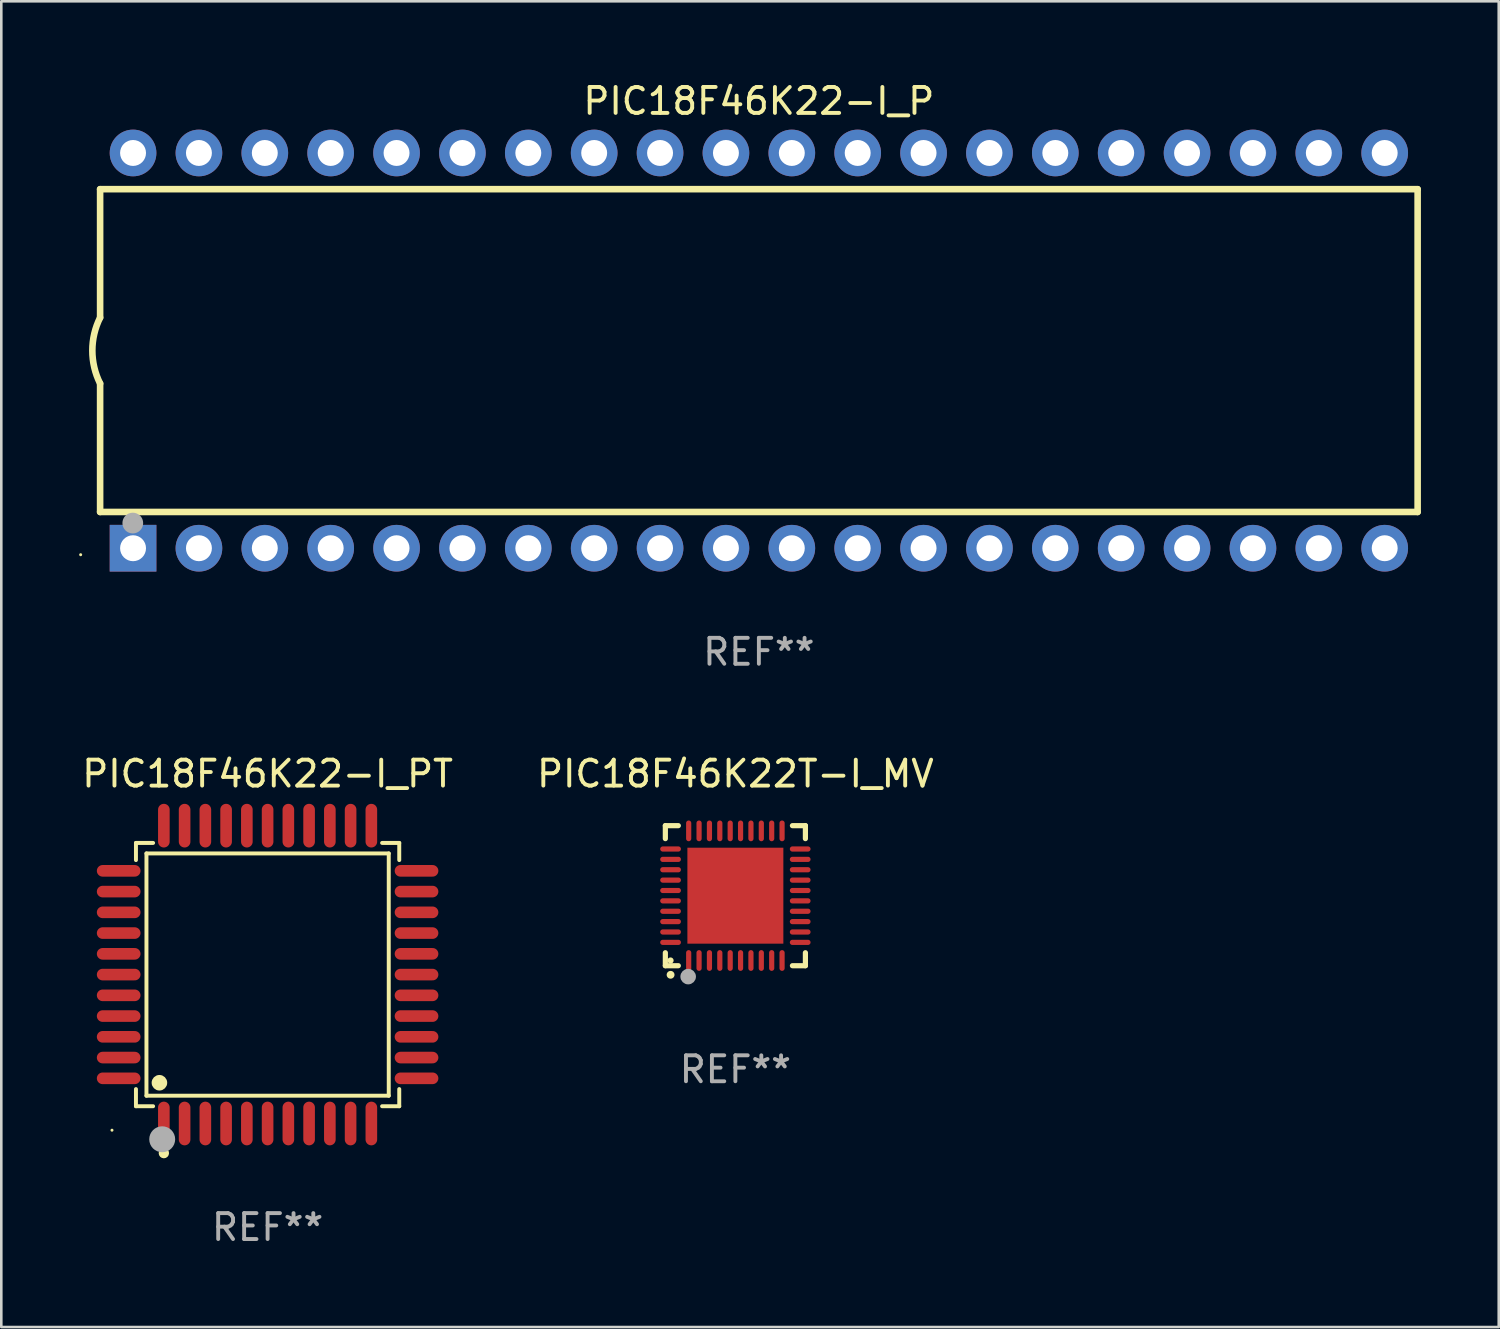
<source format=kicad_pcb>
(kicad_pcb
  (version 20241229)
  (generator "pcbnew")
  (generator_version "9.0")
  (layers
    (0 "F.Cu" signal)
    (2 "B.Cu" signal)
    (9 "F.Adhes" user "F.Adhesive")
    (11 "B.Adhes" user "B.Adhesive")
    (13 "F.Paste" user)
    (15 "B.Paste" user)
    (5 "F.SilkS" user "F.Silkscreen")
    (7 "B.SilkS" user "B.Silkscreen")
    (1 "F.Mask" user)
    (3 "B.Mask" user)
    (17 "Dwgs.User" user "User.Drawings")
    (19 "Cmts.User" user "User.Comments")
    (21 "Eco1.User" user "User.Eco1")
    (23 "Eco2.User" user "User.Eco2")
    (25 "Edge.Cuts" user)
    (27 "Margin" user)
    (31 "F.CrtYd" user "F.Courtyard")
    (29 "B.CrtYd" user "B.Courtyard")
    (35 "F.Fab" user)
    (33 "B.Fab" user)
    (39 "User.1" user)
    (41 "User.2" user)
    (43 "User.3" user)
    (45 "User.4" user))
  (footprint "PIC18F46K22T-I_MV"
    (layer "F.Cu")
    (at 25.304 31.485)
    (property "Reference" "PIC18F46K22T-I_MV" (at 0 -4.7 0) (layer "F.SilkS") (effects (font (size 1 1) (thickness 0.15))))
    (attr through_hole)
    (fp_line (start -2.7 -2.7) (end -2.7 -2.2) (stroke (width 0.2) (type solid)) (layer "F.SilkS"))
    (fp_line (start -2.7 2.7) (end -2.7 2.2) (stroke (width 0.2) (type solid)) (layer "F.SilkS"))
    (fp_line (start -2.2 -2.7) (end -2.7 -2.7) (stroke (width 0.2) (type solid)) (layer "F.SilkS"))
    (fp_line (start -2.2 2.7) (end -2.7 2.7) (stroke (width 0.2) (type solid)) (layer "F.SilkS"))
    (fp_line (start 2.7 -2.7) (end 2.2 -2.7) (stroke (width 0.2) (type solid)) (layer "F.SilkS"))
    (fp_line (start 2.7 -2.2) (end 2.7 -2.7) (stroke (width 0.2) (type solid)) (layer "F.SilkS"))
    (fp_line (start 2.7 2.2) (end 2.7 2.7) (stroke (width 0.2) (type solid)) (layer "F.SilkS"))
    (fp_line (start 2.7 2.7) (end 2.2 2.7) (stroke (width 0.2) (type solid)) (layer "F.SilkS"))
    (fp_arc (start -2.499365 3.050546) (mid -2.498095 3.050541) (end -2.496825 3.050546) (stroke (width 0.3) (type solid)) (layer "F.SilkS"))
    (fp_circle (center -2.5 2.5) (end -2.44 2.5) (stroke (width 0.12) (type solid)) (fill no) (layer "F.SilkS"))
    (fp_circle (center -1.82 3.12) (end -1.67 3.12) (stroke (width 0.3) (type solid)) (fill no) (layer "F.Fab"))
    (fp_text user "REF**" (at 0 6.7 0) (layer "F.Fab") (effects (font (size 1 1) (thickness 0.15))))
    (pad "1" smd oval (at -1.8 2.499) (size 0.2 0.8) (layers "F.Cu" "F.Mask" "F.Paste"))
    (pad "2" smd oval (at -1.4 2.499) (size 0.2 0.8) (layers "F.Cu" "F.Mask" "F.Paste"))
    (pad "3" smd oval (at -1 2.499) (size 0.2 0.8) (layers "F.Cu" "F.Mask" "F.Paste"))
    (pad "4" smd oval (at -0.6 2.499) (size 0.2 0.8) (layers "F.Cu" "F.Mask" "F.Paste"))
    (pad "5" smd oval (at -0.2 2.499) (size 0.2 0.8) (layers "F.Cu" "F.Mask" "F.Paste"))
    (pad "6" smd oval (at 0.2 2.499) (size 0.2 0.8) (layers "F.Cu" "F.Mask" "F.Paste"))
    (pad "7" smd oval (at 0.6 2.499) (size 0.2 0.8) (layers "F.Cu" "F.Mask" "F.Paste"))
    (pad "8" smd oval (at 1 2.499) (size 0.2 0.8) (layers "F.Cu" "F.Mask" "F.Paste"))
    (pad "9" smd oval (at 1.4 2.499) (size 0.2 0.8) (layers "F.Cu" "F.Mask" "F.Paste"))
    (pad "10" smd oval (at 1.8 2.499) (size 0.2 0.8) (layers "F.Cu" "F.Mask" "F.Paste"))
    (pad "11" smd oval (at 2.499 1.8) (size 0.8 0.2) (layers "F.Cu" "F.Mask" "F.Paste"))
    (pad "12" smd oval (at 2.499 1.4) (size 0.8 0.2) (layers "F.Cu" "F.Mask" "F.Paste"))
    (pad "13" smd oval (at 2.499 1) (size 0.8 0.2) (layers "F.Cu" "F.Mask" "F.Paste"))
    (pad "14" smd oval (at 2.499 0.6) (size 0.8 0.2) (layers "F.Cu" "F.Mask" "F.Paste"))
    (pad "15" smd oval (at 2.499 0.2) (size 0.8 0.2) (layers "F.Cu" "F.Mask" "F.Paste"))
    (pad "16" smd oval (at 2.499 -0.2) (size 0.8 0.2) (layers "F.Cu" "F.Mask" "F.Paste"))
    (pad "17" smd oval (at 2.499 -0.6) (size 0.8 0.2) (layers "F.Cu" "F.Mask" "F.Paste"))
    (pad "18" smd oval (at 2.499 -1) (size 0.8 0.2) (layers "F.Cu" "F.Mask" "F.Paste"))
    (pad "19" smd oval (at 2.499 -1.4) (size 0.8 0.2) (layers "F.Cu" "F.Mask" "F.Paste"))
    (pad "20" smd oval (at 2.499 -1.8) (size 0.8 0.2) (layers "F.Cu" "F.Mask" "F.Paste"))
    (pad "21" smd oval (at 1.8 -2.499) (size 0.2 0.8) (layers "F.Cu" "F.Mask" "F.Paste"))
    (pad "22" smd oval (at 1.4 -2.499) (size 0.2 0.8) (layers "F.Cu" "F.Mask" "F.Paste"))
    (pad "23" smd oval (at 1 -2.499) (size 0.2 0.8) (layers "F.Cu" "F.Mask" "F.Paste"))
    (pad "24" smd oval (at 0.6 -2.499) (size 0.2 0.8) (layers "F.Cu" "F.Mask" "F.Paste"))
    (pad "25" smd oval (at 0.2 -2.499) (size 0.2 0.8) (layers "F.Cu" "F.Mask" "F.Paste"))
    (pad "26" smd oval (at -0.2 -2.499) (size 0.2 0.8) (layers "F.Cu" "F.Mask" "F.Paste"))
    (pad "27" smd oval (at -0.6 -2.499) (size 0.2 0.8) (layers "F.Cu" "F.Mask" "F.Paste"))
    (pad "28" smd oval (at -1 -2.499) (size 0.2 0.8) (layers "F.Cu" "F.Mask" "F.Paste"))
    (pad "29" smd oval (at -1.4 -2.499) (size 0.2 0.8) (layers "F.Cu" "F.Mask" "F.Paste"))
    (pad "30" smd oval (at -1.8 -2.499) (size 0.2 0.8) (layers "F.Cu" "F.Mask" "F.Paste"))
    (pad "31" smd oval (at -2.499 -1.8) (size 0.8 0.2) (layers "F.Cu" "F.Mask" "F.Paste"))
    (pad "32" smd oval (at -2.499 -1.4) (size 0.8 0.2) (layers "F.Cu" "F.Mask" "F.Paste"))
    (pad "33" smd oval (at -2.499 -1) (size 0.8 0.2) (layers "F.Cu" "F.Mask" "F.Paste"))
    (pad "34" smd oval (at -2.499 -0.6) (size 0.8 0.2) (layers "F.Cu" "F.Mask" "F.Paste"))
    (pad "35" smd oval (at -2.499 -0.2) (size 0.8 0.2) (layers "F.Cu" "F.Mask" "F.Paste"))
    (pad "36" smd oval (at -2.499 0.2) (size 0.8 0.2) (layers "F.Cu" "F.Mask" "F.Paste"))
    (pad "37" smd oval (at -2.499 0.6) (size 0.8 0.2) (layers "F.Cu" "F.Mask" "F.Paste"))
    (pad "38" smd oval (at -2.499 1) (size 0.8 0.2) (layers "F.Cu" "F.Mask" "F.Paste"))
    (pad "39" smd oval (at -2.499 1.4) (size 0.8 0.2) (layers "F.Cu" "F.Mask" "F.Paste"))
    (pad "40" smd oval (at -2.499 1.8) (size 0.8 0.2) (layers "F.Cu" "F.Mask" "F.Paste"))
    (pad "41" smd rect (at 0 0) (size 3.7 3.7) (layers "F.Cu" "F.Mask" "F.Paste")))
  (footprint "PIC18F46K22-I_P"
    (layer "F.Cu")
    (at 26.21 10.468)
    (property "Reference" "PIC18F46K22-I_P" (at 0 -9.62 0) (layer "F.SilkS") (effects (font (size 1 1) (thickness 0.15))))
    (attr through_hole)
    (fp_line (start -25.4 -6.224) (end -25.4 -1.271) (stroke (width 0.254) (type solid)) (layer "F.SilkS"))
    (fp_line (start -25.4 -6.224) (end 25.4 -6.224) (stroke (width 0.254) (type solid)) (layer "F.SilkS"))
    (fp_line (start -25.4 1.269) (end -25.4 6.222) (stroke (width 0.254) (type solid)) (layer "F.SilkS"))
    (fp_line (start -25.4 6.222) (end 25.4 6.222) (stroke (width 0.254) (type solid)) (layer "F.SilkS"))
    (fp_line (start 25.4 6.222) (end 25.4 -6.224) (stroke (width 0.254) (type solid)) (layer "F.SilkS"))
    (fp_arc (start -25.4 1.269241) (mid -25.699807 -0.000762) (end -25.4 -1.270765) (stroke (width 0.254001) (type solid)) (layer "F.SilkS"))
    (fp_circle (center -26.15 7.87) (end -26.12 7.87) (stroke (width 0.06) (type solid)) (fill no) (layer "F.SilkS"))
    (fp_circle (center -24.14 6.65) (end -23.94 6.65) (stroke (width 0.4) (type solid)) (fill no) (layer "F.Fab"))
    (fp_text user "REF**" (at 0 11.62 0) (layer "F.Fab") (effects (font (size 1 1) (thickness 0.15))))
    (pad "1" thru_hole rect (at -24.13 7.62 90) (size 1.8 1.8) (drill 1) (layers "*.Cu" "*.Mask"))
    (pad "2" thru_hole circle (at -21.59 7.62) (size 1.8 1.8) (drill 1) (layers "*.Cu" "*.Mask"))
    (pad "3" thru_hole circle (at -19.05 7.62) (size 1.8 1.8) (drill 1) (layers "*.Cu" "*.Mask"))
    (pad "4" thru_hole circle (at -16.51 7.62) (size 1.8 1.8) (drill 1) (layers "*.Cu" "*.Mask"))
    (pad "5" thru_hole circle (at -13.97 7.62) (size 1.8 1.8) (drill 1) (layers "*.Cu" "*.Mask"))
    (pad "6" thru_hole circle (at -11.43 7.62) (size 1.8 1.8) (drill 1) (layers "*.Cu" "*.Mask"))
    (pad "7" thru_hole circle (at -8.89 7.62) (size 1.8 1.8) (drill 1) (layers "*.Cu" "*.Mask"))
    (pad "8" thru_hole circle (at -6.35 7.62) (size 1.8 1.8) (drill 1) (layers "*.Cu" "*.Mask"))
    (pad "9" thru_hole circle (at -3.81 7.62) (size 1.8 1.8) (drill 1) (layers "*.Cu" "*.Mask"))
    (pad "10" thru_hole circle (at -1.27 7.62) (size 1.8 1.8) (drill 1) (layers "*.Cu" "*.Mask"))
    (pad "11" thru_hole circle (at 1.27 7.62) (size 1.8 1.8) (drill 1) (layers "*.Cu" "*.Mask"))
    (pad "12" thru_hole circle (at 3.81 7.62) (size 1.8 1.8) (drill 1) (layers "*.Cu" "*.Mask"))
    (pad "13" thru_hole circle (at 6.35 7.62) (size 1.8 1.8) (drill 1) (layers "*.Cu" "*.Mask"))
    (pad "14" thru_hole circle (at 8.89 7.62) (size 1.8 1.8) (drill 1) (layers "*.Cu" "*.Mask"))
    (pad "15" thru_hole circle (at 11.43 7.62) (size 1.8 1.8) (drill 1) (layers "*.Cu" "*.Mask"))
    (pad "16" thru_hole circle (at 13.97 7.62) (size 1.8 1.8) (drill 1) (layers "*.Cu" "*.Mask"))
    (pad "17" thru_hole circle (at 16.51 7.62) (size 1.8 1.8) (drill 1) (layers "*.Cu" "*.Mask"))
    (pad "18" thru_hole circle (at 19.05 7.62) (size 1.8 1.8) (drill 1) (layers "*.Cu" "*.Mask"))
    (pad "19" thru_hole circle (at 21.59 7.62) (size 1.8 1.8) (drill 1) (layers "*.Cu" "*.Mask"))
    (pad "20" thru_hole circle (at 24.13 7.62) (size 1.8 1.8) (drill 1) (layers "*.Cu" "*.Mask"))
    (pad "21" thru_hole circle (at 24.13 -7.62) (size 1.8 1.8) (drill 1) (layers "*.Cu" "*.Mask"))
    (pad "22" thru_hole circle (at 21.59 -7.62) (size 1.8 1.8) (drill 1) (layers "*.Cu" "*.Mask"))
    (pad "23" thru_hole circle (at 19.05 -7.62) (size 1.8 1.8) (drill 1) (layers "*.Cu" "*.Mask"))
    (pad "24" thru_hole circle (at 16.51 -7.62) (size 1.8 1.8) (drill 1) (layers "*.Cu" "*.Mask"))
    (pad "25" thru_hole circle (at 13.97 -7.62) (size 1.8 1.8) (drill 1) (layers "*.Cu" "*.Mask"))
    (pad "26" thru_hole circle (at 11.43 -7.62) (size 1.8 1.8) (drill 1) (layers "*.Cu" "*.Mask"))
    (pad "27" thru_hole circle (at 8.89 -7.62) (size 1.8 1.8) (drill 1) (layers "*.Cu" "*.Mask"))
    (pad "28" thru_hole circle (at 6.35 -7.62) (size 1.8 1.8) (drill 1) (layers "*.Cu" "*.Mask"))
    (pad "29" thru_hole circle (at 3.81 -7.62) (size 1.8 1.8) (drill 1) (layers "*.Cu" "*.Mask"))
    (pad "30" thru_hole circle (at 1.27 -7.62) (size 1.8 1.8) (drill 1) (layers "*.Cu" "*.Mask"))
    (pad "31" thru_hole circle (at -1.27 -7.62) (size 1.8 1.8) (drill 1) (layers "*.Cu" "*.Mask"))
    (pad "32" thru_hole circle (at -3.81 -7.62) (size 1.8 1.8) (drill 1) (layers "*.Cu" "*.Mask"))
    (pad "33" thru_hole circle (at -6.35 -7.62) (size 1.8 1.8) (drill 1) (layers "*.Cu" "*.Mask"))
    (pad "34" thru_hole circle (at -8.89 -7.62) (size 1.8 1.8) (drill 1) (layers "*.Cu" "*.Mask"))
    (pad "35" thru_hole circle (at -11.43 -7.62) (size 1.8 1.8) (drill 1) (layers "*.Cu" "*.Mask"))
    (pad "36" thru_hole circle (at -13.97 -7.62) (size 1.8 1.8) (drill 1) (layers "*.Cu" "*.Mask"))
    (pad "37" thru_hole circle (at -16.51 -7.62) (size 1.8 1.8) (drill 1) (layers "*.Cu" "*.Mask"))
    (pad "38" thru_hole circle (at -19.05 -7.62) (size 1.8 1.8) (drill 1) (layers "*.Cu" "*.Mask"))
    (pad "39" thru_hole circle (at -21.59 -7.62) (size 1.8 1.8) (drill 1) (layers "*.Cu" "*.Mask"))
    (pad "40" thru_hole circle (at -24.13 -7.62) (size 1.8 1.8) (drill 1) (layers "*.Cu" "*.Mask")))
  (footprint "PIC18F46K22-I_PT"
    (layer "F.Cu")
    (at 7.268 34.527)
    (property "Reference" "PIC18F46K22-I_PT" (at 0 -7.742 0) (layer "F.SilkS") (effects (font (size 1 1) (thickness 0.15))))
    (attr through_hole)
    (fp_line (start -5.076 -5.076) (end -4.415 -5.076) (stroke (width 0.152) (type solid)) (layer "F.SilkS"))
    (fp_line (start -5.076 -4.415) (end -5.076 -5.076) (stroke (width 0.152) (type solid)) (layer "F.SilkS"))
    (fp_line (start -5.076 4.415) (end -5.076 5.076) (stroke (width 0.152) (type solid)) (layer "F.SilkS"))
    (fp_line (start -5.076 5.076) (end -4.415 5.076) (stroke (width 0.152) (type solid)) (layer "F.SilkS"))
    (fp_line (start -4.671 -4.671) (end 4.671 -4.671) (stroke (width 0.152) (type solid)) (layer "F.SilkS"))
    (fp_line (start -4.671 4.671) (end -4.671 -4.671) (stroke (width 0.152) (type solid)) (layer "F.SilkS"))
    (fp_line (start 4.671 -4.671) (end 4.671 4.671) (stroke (width 0.152) (type solid)) (layer "F.SilkS"))
    (fp_line (start 4.671 4.671) (end -4.671 4.671) (stroke (width 0.152) (type solid)) (layer "F.SilkS"))
    (fp_line (start 5.076 -5.076) (end 4.415 -5.076) (stroke (width 0.152) (type solid)) (layer "F.SilkS"))
    (fp_line (start 5.076 -4.415) (end 5.076 -5.076) (stroke (width 0.152) (type solid)) (layer "F.SilkS"))
    (fp_line (start 5.076 4.415) (end 5.076 5.076) (stroke (width 0.152) (type solid)) (layer "F.SilkS"))
    (fp_line (start 5.076 5.076) (end 4.415 5.076) (stroke (width 0.152) (type solid)) (layer "F.SilkS"))
    (fp_circle (center -6 6) (end -5.97 6) (stroke (width 0.06) (type solid)) (fill no) (layer "F.SilkS"))
    (fp_circle (center -4.171 4.171) (end -4.021 4.171) (stroke (width 0.3) (type solid)) (fill no) (layer "F.SilkS"))
    (fp_circle (center -4 6.884) (end -3.9 6.884) (stroke (width 0.2) (type solid)) (fill no) (layer "F.SilkS"))
    (fp_circle (center -4.064 6.35) (end -3.814 6.35) (stroke (width 0.5) (type solid)) (fill no) (layer "F.Fab"))
    (fp_text user "REF**" (at 0 9.742 0) (layer "F.Fab") (effects (font (size 1 1) (thickness 0.15))))
    (pad "1" smd oval (at -4 5.742) (size 0.448 1.684) (layers "F.Cu" "F.Mask" "F.Paste"))
    (pad "2" smd oval (at -3.2 5.742) (size 0.448 1.684) (layers "F.Cu" "F.Mask" "F.Paste"))
    (pad "3" smd oval (at -2.4 5.742) (size 0.448 1.684) (layers "F.Cu" "F.Mask" "F.Paste"))
    (pad "4" smd oval (at -1.6 5.742) (size 0.448 1.684) (layers "F.Cu" "F.Mask" "F.Paste"))
    (pad "5" smd oval (at -0.8 5.742) (size 0.448 1.684) (layers "F.Cu" "F.Mask" "F.Paste"))
    (pad "6" smd oval (at 0 5.742) (size 0.448 1.684) (layers "F.Cu" "F.Mask" "F.Paste"))
    (pad "7" smd oval (at 0.8 5.742) (size 0.448 1.684) (layers "F.Cu" "F.Mask" "F.Paste"))
    (pad "8" smd oval (at 1.6 5.742) (size 0.448 1.684) (layers "F.Cu" "F.Mask" "F.Paste"))
    (pad "9" smd oval (at 2.4 5.742) (size 0.448 1.684) (layers "F.Cu" "F.Mask" "F.Paste"))
    (pad "10" smd oval (at 3.2 5.742) (size 0.448 1.684) (layers "F.Cu" "F.Mask" "F.Paste"))
    (pad "11" smd oval (at 4 5.742) (size 0.448 1.684) (layers "F.Cu" "F.Mask" "F.Paste"))
    (pad "12" smd oval (at 5.742 4) (size 1.684 0.448) (layers "F.Cu" "F.Mask" "F.Paste"))
    (pad "13" smd oval (at 5.742 3.2) (size 1.684 0.448) (layers "F.Cu" "F.Mask" "F.Paste"))
    (pad "14" smd oval (at 5.742 2.4) (size 1.684 0.448) (layers "F.Cu" "F.Mask" "F.Paste"))
    (pad "15" smd oval (at 5.742 1.6) (size 1.684 0.448) (layers "F.Cu" "F.Mask" "F.Paste"))
    (pad "16" smd oval (at 5.742 0.8) (size 1.684 0.448) (layers "F.Cu" "F.Mask" "F.Paste"))
    (pad "17" smd oval (at 5.742 0) (size 1.684 0.448) (layers "F.Cu" "F.Mask" "F.Paste"))
    (pad "18" smd oval (at 5.742 -0.8) (size 1.684 0.448) (layers "F.Cu" "F.Mask" "F.Paste"))
    (pad "19" smd oval (at 5.742 -1.6) (size 1.684 0.448) (layers "F.Cu" "F.Mask" "F.Paste"))
    (pad "20" smd oval (at 5.742 -2.4) (size 1.684 0.448) (layers "F.Cu" "F.Mask" "F.Paste"))
    (pad "21" smd oval (at 5.742 -3.2) (size 1.684 0.448) (layers "F.Cu" "F.Mask" "F.Paste"))
    (pad "22" smd oval (at 5.742 -4) (size 1.684 0.448) (layers "F.Cu" "F.Mask" "F.Paste"))
    (pad "23" smd oval (at 4 -5.742) (size 0.448 1.684) (layers "F.Cu" "F.Mask" "F.Paste"))
    (pad "24" smd oval (at 3.2 -5.742) (size 0.448 1.684) (layers "F.Cu" "F.Mask" "F.Paste"))
    (pad "25" smd oval (at 2.4 -5.742) (size 0.448 1.684) (layers "F.Cu" "F.Mask" "F.Paste"))
    (pad "26" smd oval (at 1.6 -5.742) (size 0.448 1.684) (layers "F.Cu" "F.Mask" "F.Paste"))
    (pad "27" smd oval (at 0.8 -5.742) (size 0.448 1.684) (layers "F.Cu" "F.Mask" "F.Paste"))
    (pad "28" smd oval (at 0 -5.742) (size 0.448 1.684) (layers "F.Cu" "F.Mask" "F.Paste"))
    (pad "29" smd oval (at -0.8 -5.742) (size 0.448 1.684) (layers "F.Cu" "F.Mask" "F.Paste"))
    (pad "30" smd oval (at -1.6 -5.742) (size 0.448 1.684) (layers "F.Cu" "F.Mask" "F.Paste"))
    (pad "31" smd oval (at -2.4 -5.742) (size 0.448 1.684) (layers "F.Cu" "F.Mask" "F.Paste"))
    (pad "32" smd oval (at -3.2 -5.742) (size 0.448 1.684) (layers "F.Cu" "F.Mask" "F.Paste"))
    (pad "33" smd oval (at -4 -5.742) (size 0.448 1.684) (layers "F.Cu" "F.Mask" "F.Paste"))
    (pad "34" smd oval (at -5.742 -4) (size 1.684 0.448) (layers "F.Cu" "F.Mask" "F.Paste"))
    (pad "35" smd oval (at -5.742 -3.2) (size 1.684 0.448) (layers "F.Cu" "F.Mask" "F.Paste"))
    (pad "36" smd oval (at -5.742 -2.4) (size 1.684 0.448) (layers "F.Cu" "F.Mask" "F.Paste"))
    (pad "37" smd oval (at -5.742 -1.6) (size 1.684 0.448) (layers "F.Cu" "F.Mask" "F.Paste"))
    (pad "38" smd oval (at -5.742 -0.8) (size 1.684 0.448) (layers "F.Cu" "F.Mask" "F.Paste"))
    (pad "39" smd oval (at -5.742 0) (size 1.684 0.448) (layers "F.Cu" "F.Mask" "F.Paste"))
    (pad "40" smd oval (at -5.742 0.8) (size 1.684 0.448) (layers "F.Cu" "F.Mask" "F.Paste"))
    (pad "41" smd oval (at -5.742 1.6) (size 1.684 0.448) (layers "F.Cu" "F.Mask" "F.Paste"))
    (pad "42" smd oval (at -5.742 2.4) (size 1.684 0.448) (layers "F.Cu" "F.Mask" "F.Paste"))
    (pad "43" smd oval (at -5.742 3.2) (size 1.684 0.448) (layers "F.Cu" "F.Mask" "F.Paste"))
    (pad "44" smd oval (at -5.742 4) (size 1.684 0.448) (layers "F.Cu" "F.Mask" "F.Paste")))
  (gr_rect
    (start -3 -3)
    (end 54.737 48.117)
    (stroke (width 0.1) (type default))
    (fill no)
    (layer "Edge.Cuts")))
</source>
